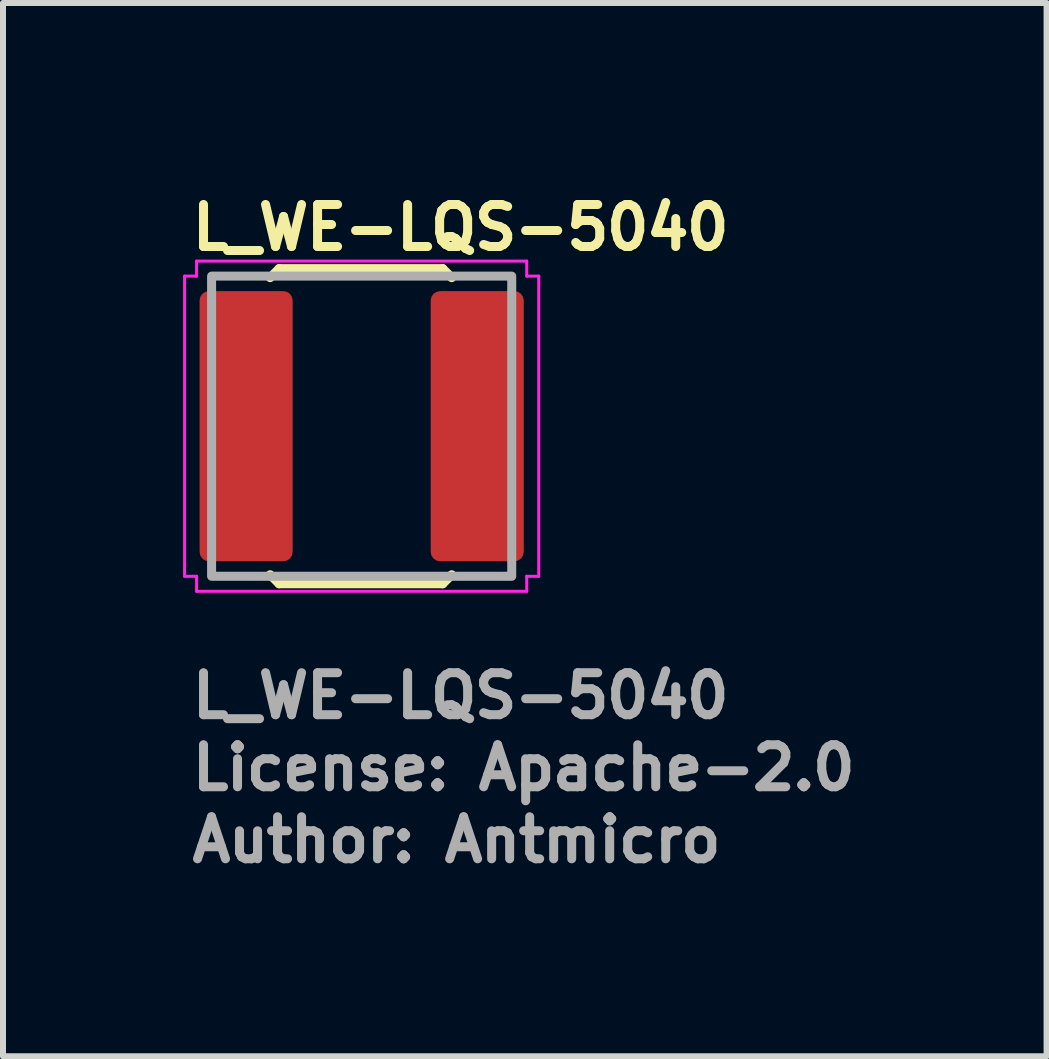
<source format=kicad_pcb>
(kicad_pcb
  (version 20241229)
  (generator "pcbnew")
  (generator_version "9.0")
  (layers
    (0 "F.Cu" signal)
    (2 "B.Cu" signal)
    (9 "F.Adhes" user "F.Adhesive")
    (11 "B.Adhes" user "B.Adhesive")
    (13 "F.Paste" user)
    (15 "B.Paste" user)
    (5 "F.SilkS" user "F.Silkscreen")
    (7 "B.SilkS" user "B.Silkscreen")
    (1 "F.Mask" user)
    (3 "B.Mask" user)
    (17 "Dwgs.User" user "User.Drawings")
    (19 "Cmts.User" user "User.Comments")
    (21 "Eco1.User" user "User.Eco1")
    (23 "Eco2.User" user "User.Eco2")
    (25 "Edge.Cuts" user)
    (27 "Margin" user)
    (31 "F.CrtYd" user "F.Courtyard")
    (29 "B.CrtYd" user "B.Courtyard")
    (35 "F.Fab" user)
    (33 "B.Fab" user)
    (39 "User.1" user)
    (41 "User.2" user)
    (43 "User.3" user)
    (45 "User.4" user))
  (footprint "L_WE-LQS-5040"
    (layer "F.Cu")
    (at 2.975 4.05)
    (property "Reference" "L_WE-LQS-5040" (at -2.9 -2.9 0) (layer "F.SilkS") (effects (font (size 0.7 0.7) (thickness 0.15)) (justify left bottom)))
    (attr smd)
    (fp_line (start -1.525 -2.475) (end -1.375 -2.625) (stroke (width 0.15) (type solid)) (layer "F.SilkS"))
    (fp_line (start -1.375 -2.625) (end 1.35 -2.625) (stroke (width 0.15) (type solid)) (layer "F.SilkS"))
    (fp_line (start -1.375 2.625) (end -1.525 2.475) (stroke (width 0.15) (type solid)) (layer "F.SilkS"))
    (fp_line (start 1.35 -2.625) (end 1.5 -2.475) (stroke (width 0.15) (type solid)) (layer "F.SilkS"))
    (fp_line (start 1.35 2.625) (end -1.375 2.625) (stroke (width 0.15) (type solid)) (layer "F.SilkS"))
    (fp_line (start 1.5 2.475) (end 1.35 2.625) (stroke (width 0.15) (type solid)) (layer "F.SilkS"))
    (fp_line (start -2.95 -2.5) (end -2.95 2.5) (stroke (width 0.05) (type solid)) (layer "F.CrtYd"))
    (fp_line (start -2.95 2.5) (end -2.75 2.5) (stroke (width 0.05) (type solid)) (layer "F.CrtYd"))
    (fp_line (start -2.75 -2.75) (end -2.75 -2.5) (stroke (width 0.05) (type solid)) (layer "F.CrtYd"))
    (fp_line (start -2.75 -2.5) (end -2.95 -2.5) (stroke (width 0.05) (type solid)) (layer "F.CrtYd"))
    (fp_line (start -2.75 2.5) (end -2.75 2.75) (stroke (width 0.05) (type solid)) (layer "F.CrtYd"))
    (fp_line (start -2.75 2.75) (end 2.75 2.75) (stroke (width 0.05) (type solid)) (layer "F.CrtYd"))
    (fp_line (start 2.75 -2.75) (end -2.75 -2.75) (stroke (width 0.05) (type solid)) (layer "F.CrtYd"))
    (fp_line (start 2.75 -2.5) (end 2.75 -2.75) (stroke (width 0.05) (type solid)) (layer "F.CrtYd"))
    (fp_line (start 2.75 2.5) (end 2.95 2.5) (stroke (width 0.05) (type solid)) (layer "F.CrtYd"))
    (fp_line (start 2.75 2.75) (end 2.75 2.5) (stroke (width 0.05) (type solid)) (layer "F.CrtYd"))
    (fp_line (start 2.95 -2.5) (end 2.75 -2.5) (stroke (width 0.05) (type solid)) (layer "F.CrtYd"))
    (fp_line (start 2.95 2.5) (end 2.95 -2.5) (stroke (width 0.05) (type solid)) (layer "F.CrtYd"))
    (fp_rect (start -2.5 -2.5) (end 2.5 2.5) (stroke (width 0.15) (type solid)) (fill no) (layer "F.Fab"))
    (fp_rect (start -2.5 -2.5) (end 2.5 2.5) (stroke (width 0.1) (type solid)) (fill no) (layer "User.5"))
    (fp_line (start -2.5 -2.1) (end -2.5 2.1) (stroke (width 0.02) (type solid)) (layer "User.9"))
    (fp_line (start -2.5 2.1) (end -2.296 2.1) (stroke (width 0.02) (type solid)) (layer "User.9"))
    (fp_line (start -2.499 0) (end -2.497 0.107) (stroke (width 0.02) (type solid)) (layer "User.9"))
    (fp_line (start -2.497 -0.107) (end -2.499 0) (stroke (width 0.02) (type solid)) (layer "User.9"))
    (fp_line (start -2.497 0.107) (end -2.49 0.215) (stroke (width 0.02) (type solid)) (layer "User.9"))
    (fp_line (start -2.49 -0.215) (end -2.497 -0.107) (stroke (width 0.02) (type solid)) (layer "User.9"))
    (fp_line (start -2.49 0.215) (end -2.478 0.322) (stroke (width 0.02) (type solid)) (layer "User.9"))
    (fp_line (start -2.478 -0.322) (end -2.49 -0.215) (stroke (width 0.02) (type solid)) (layer "User.9"))
    (fp_line (start -2.478 0.322) (end -2.462 0.429) (stroke (width 0.02) (type solid)) (layer "User.9"))
    (fp_line (start -2.462 -0.429) (end -2.478 -0.322) (stroke (width 0.02) (type solid)) (layer "User.9"))
    (fp_line (start -2.462 0.429) (end -2.441 0.535) (stroke (width 0.02) (type solid)) (layer "User.9"))
    (fp_line (start -2.441 -0.535) (end -2.462 -0.429) (stroke (width 0.02) (type solid)) (layer "User.9"))
    (fp_line (start -2.441 0.535) (end -2.415 0.64) (stroke (width 0.02) (type solid)) (layer "User.9"))
    (fp_line (start -2.415 -0.64) (end -2.441 -0.535) (stroke (width 0.02) (type solid)) (layer "User.9"))
    (fp_line (start -2.415 0.64) (end -2.385 0.743) (stroke (width 0.02) (type solid)) (layer "User.9"))
    (fp_line (start -2.385 -0.743) (end -2.415 -0.64) (stroke (width 0.02) (type solid)) (layer "User.9"))
    (fp_line (start -2.385 0.743) (end -2.35 0.845) (stroke (width 0.02) (type solid)) (layer "User.9"))
    (fp_line (start -2.35 -1.45) (end -2.35 1.45) (stroke (width 0.02) (type solid)) (layer "User.9"))
    (fp_line (start -2.35 -0.845) (end -2.385 -0.743) (stroke (width 0.02) (type solid)) (layer "User.9"))
    (fp_line (start -2.35 1.45) (end -1.3 2.5) (stroke (width 0.02) (type solid)) (layer "User.9"))
    (fp_line (start -2.296 2.1) (end -2.259 2) (stroke (width 0.02) (type solid)) (layer "User.9"))
    (fp_line (start -2.259 2) (end -2.25 2) (stroke (width 0.02) (type solid)) (layer "User.9"))
    (fp_line (start -2.25 1.899) (end -2.25 2) (stroke (width 0.02) (type solid)) (layer "User.9"))
    (fp_line (start -2.25 2) (end -2.25 2.05) (stroke (width 0.02) (type solid)) (layer "User.9"))
    (fp_line (start -2.249 2.05) (end -2.25 2.05) (stroke (width 0.02) (type solid)) (layer "User.9"))
    (fp_line (start -2.249 2.051) (end -2.25 2.05) (stroke (width 0.02) (type solid)) (layer "User.9"))
    (fp_line (start -2.249 2.051) (end -2.249 2.05) (stroke (width 0.02) (type solid)) (layer "User.9"))
    (fp_line (start -2.249 2.052) (end -2.249 2.05) (stroke (width 0.02) (type solid)) (layer "User.9"))
    (fp_line (start -2.249 2.053) (end -2.249 2.051) (stroke (width 0.02) (type solid)) (layer "User.9"))
    (fp_line (start -2.248 2.053) (end -2.249 2.051) (stroke (width 0.02) (type solid)) (layer "User.9"))
    (fp_line (start -2.248 2.054) (end -2.249 2.053) (stroke (width 0.02) (type solid)) (layer "User.9"))
    (fp_line (start -2.248 2.055) (end -2.249 2.052) (stroke (width 0.02) (type solid)) (layer "User.9"))
    (fp_line (start -2.247 2.054) (end -2.248 2.053) (stroke (width 0.02) (type solid)) (layer "User.9"))
    (fp_line (start -2.247 2.055) (end -2.248 2.054) (stroke (width 0.02) (type solid)) (layer "User.9"))
    (fp_line (start -2.247 2.056) (end -2.247 2.054) (stroke (width 0.02) (type solid)) (layer "User.9"))
    (fp_line (start -2.246 2.057) (end -2.247 2.055) (stroke (width 0.02) (type solid)) (layer "User.9"))
    (fp_line (start -2.246 2.057) (end -2.247 2.056) (stroke (width 0.02) (type solid)) (layer "User.9"))
    (fp_line (start -2.245 2.058) (end -2.246 2.057) (stroke (width 0.02) (type solid)) (layer "User.9"))
    (fp_line (start -2.245 2.059) (end -2.246 2.057) (stroke (width 0.02) (type solid)) (layer "User.9"))
    (fp_line (start -2.244 2.059) (end -2.248 2.055) (stroke (width 0.02) (type solid)) (layer "User.9"))
    (fp_line (start -2.244 2.06) (end -2.245 2.059) (stroke (width 0.02) (type solid)) (layer "User.9"))
    (fp_line (start -2.242 2.061) (end -2.245 2.058) (stroke (width 0.02) (type solid)) (layer "User.9"))
    (fp_line (start -2.242 2.061) (end -2.244 2.06) (stroke (width 0.02) (type solid)) (layer "User.9"))
    (fp_line (start -2.241 2.062) (end -2.242 2.061) (stroke (width 0.02) (type solid)) (layer "User.9"))
    (fp_line (start -2.24 2.063) (end -2.241 2.062) (stroke (width 0.02) (type solid)) (layer "User.9"))
    (fp_line (start -2.238 2.063) (end -2.242 2.061) (stroke (width 0.02) (type solid)) (layer "User.9"))
    (fp_line (start -2.238 2.064) (end -2.24 2.063) (stroke (width 0.02) (type solid)) (layer "User.9"))
    (fp_line (start -2.237 2.064) (end -2.244 2.059) (stroke (width 0.02) (type solid)) (layer "User.9"))
    (fp_line (start -2.237 2.065) (end -2.238 2.064) (stroke (width 0.02) (type solid)) (layer "User.9"))
    (fp_line (start -2.235 2.066) (end -2.237 2.065) (stroke (width 0.02) (type solid)) (layer "User.9"))
    (fp_line (start -2.234 2.065) (end -2.238 2.063) (stroke (width 0.02) (type solid)) (layer "User.9"))
    (fp_line (start -2.233 2.066) (end -2.235 2.066) (stroke (width 0.02) (type solid)) (layer "User.9"))
    (fp_line (start -2.232 1.567) (end -2.25 1.899) (stroke (width 0.02) (type solid)) (layer "User.9"))
    (fp_line (start -2.232 2.067) (end -2.233 2.066) (stroke (width 0.02) (type solid)) (layer "User.9"))
    (fp_line (start -2.23 2.068) (end -2.234 2.065) (stroke (width 0.02) (type solid)) (layer "User.9"))
    (fp_line (start -2.23 2.068) (end -2.232 2.067) (stroke (width 0.02) (type solid)) (layer "User.9"))
    (fp_line (start -2.228 2.068) (end -2.237 2.064) (stroke (width 0.02) (type solid)) (layer "User.9"))
    (fp_line (start -2.225 2.07) (end -2.23 2.068) (stroke (width 0.02) (type solid)) (layer "User.9"))
    (fp_line (start -2.219 2.072) (end -2.225 2.07) (stroke (width 0.02) (type solid)) (layer "User.9"))
    (fp_line (start -2.217 2.072) (end -2.228 2.068) (stroke (width 0.02) (type solid)) (layer "User.9"))
    (fp_line (start -2.213 2.074) (end -2.219 2.072) (stroke (width 0.02) (type solid)) (layer "User.9"))
    (fp_line (start -2.207 2.076) (end -2.213 2.074) (stroke (width 0.02) (type solid)) (layer "User.9"))
    (fp_line (start -2.204 2.076) (end -2.217 2.072) (stroke (width 0.02) (type solid)) (layer "User.9"))
    (fp_line (start -2.201 2.077) (end -2.207 2.076) (stroke (width 0.02) (type solid)) (layer "User.9"))
    (fp_line (start -2.19 2.08) (end -2.204 2.076) (stroke (width 0.02) (type solid)) (layer "User.9"))
    (fp_line (start -2.188 2.081) (end -2.201 2.077) (stroke (width 0.02) (type solid)) (layer "User.9"))
    (fp_line (start -2.174 2.083) (end -2.188 2.081) (stroke (width 0.02) (type solid)) (layer "User.9"))
    (fp_line (start -2.174 2.083) (end -2.174 2.083) (stroke (width 0.02) (type solid)) (layer "User.9"))
    (fp_line (start -2.173 2.084) (end -2.19 2.08) (stroke (width 0.02) (type solid)) (layer "User.9"))
    (fp_line (start -2.155 2.087) (end -2.173 2.084) (stroke (width 0.02) (type solid)) (layer "User.9"))
    (fp_line (start -2.154 2.087) (end -2.174 2.083) (stroke (width 0.02) (type solid)) (layer "User.9"))
    (fp_line (start -2.136 2.09) (end -2.155 2.087) (stroke (width 0.02) (type solid)) (layer "User.9"))
    (fp_line (start -2.133 2.09) (end -2.154 2.087) (stroke (width 0.02) (type solid)) (layer "User.9"))
    (fp_line (start -2.115 2.092) (end -2.136 2.09) (stroke (width 0.02) (type solid)) (layer "User.9"))
    (fp_line (start -2.112 2.093) (end -2.133 2.09) (stroke (width 0.02) (type solid)) (layer "User.9"))
    (fp_line (start -2.093 2.094) (end -2.115 2.092) (stroke (width 0.02) (type solid)) (layer "User.9"))
    (fp_line (start -2.09 2.095) (end -2.112 2.093) (stroke (width 0.02) (type solid)) (layer "User.9"))
    (fp_line (start -2.069 2.096) (end -2.09 2.095) (stroke (width 0.02) (type solid)) (layer "User.9"))
    (fp_line (start -2.048 2.097) (end -2.093 2.094) (stroke (width 0.02) (type solid)) (layer "User.9"))
    (fp_line (start -2.046 2.097) (end -2.069 2.096) (stroke (width 0.02) (type solid)) (layer "User.9"))
    (fp_line (start -2.024 2.098) (end -2.048 2.097) (stroke (width 0.02) (type solid)) (layer "User.9"))
    (fp_line (start -2.024 2.098) (end -2.046 2.097) (stroke (width 0.02) (type solid)) (layer "User.9"))
    (fp_line (start -2 1.899) (end -2.25 1.899) (stroke (width 0.02) (type solid)) (layer "User.9"))
    (fp_line (start -2 1.899) (end -2 1.899) (stroke (width 0.02) (type solid)) (layer "User.9"))
    (fp_line (start -2 2) (end -2.25 2) (stroke (width 0.02) (type solid)) (layer "User.9"))
    (fp_line (start -2 2) (end -2 2) (stroke (width 0.02) (type solid)) (layer "User.9"))
    (fp_line (start -2 2.098) (end -2.024 2.098) (stroke (width 0.02) (type solid)) (layer "User.9"))
    (fp_line (start -2 2.098) (end -2.024 2.098) (stroke (width 0.02) (type solid)) (layer "User.9"))
    (fp_line (start -2 2.098) (end -2 2.098) (stroke (width 0.02) (type solid)) (layer "User.9"))
    (fp_line (start -2 2.098) (end -2 2.098) (stroke (width 0.02) (type solid)) (layer "User.9"))
    (fp_line (start -1.98 2.098) (end -2 2.098) (stroke (width 0.02) (type solid)) (layer "User.9"))
    (fp_line (start -1.975 2.098) (end -2 2.098) (stroke (width 0.02) (type solid)) (layer "User.9"))
    (fp_line (start -1.959 2.098) (end -1.98 2.098) (stroke (width 0.02) (type solid)) (layer "User.9"))
    (fp_line (start -1.951 2.097) (end -1.975 2.098) (stroke (width 0.02) (type solid)) (layer "User.9"))
    (fp_line (start -1.938 2.097) (end -1.959 2.098) (stroke (width 0.02) (type solid)) (layer "User.9"))
    (fp_line (start -1.928 2.096) (end -1.951 2.097) (stroke (width 0.02) (type solid)) (layer "User.9"))
    (fp_line (start -1.917 2.095) (end -1.938 2.097) (stroke (width 0.02) (type solid)) (layer "User.9"))
    (fp_line (start -1.906 2.094) (end -1.928 2.096) (stroke (width 0.02) (type solid)) (layer "User.9"))
    (fp_line (start -1.899 1.899) (end -2 1.899) (stroke (width 0.02) (type solid)) (layer "User.9"))
    (fp_line (start -1.897 2.094) (end -1.917 2.095) (stroke (width 0.02) (type solid)) (layer "User.9"))
    (fp_line (start -1.884 2.092) (end -1.906 2.094) (stroke (width 0.02) (type solid)) (layer "User.9"))
    (fp_line (start -1.877 2.091) (end -1.897 2.094) (stroke (width 0.02) (type solid)) (layer "User.9"))
    (fp_line (start -1.863 2.09) (end -1.884 2.092) (stroke (width 0.02) (type solid)) (layer "User.9"))
    (fp_line (start -1.857 2.089) (end -1.877 2.091) (stroke (width 0.02) (type solid)) (layer "User.9"))
    (fp_line (start -1.844 2.087) (end -1.863 2.09) (stroke (width 0.02) (type solid)) (layer "User.9"))
    (fp_line (start -1.838 2.086) (end -1.857 2.089) (stroke (width 0.02) (type solid)) (layer "User.9"))
    (fp_line (start -1.838 2.086) (end -1.838 2.086) (stroke (width 0.02) (type solid)) (layer "User.9"))
    (fp_line (start -1.83 2.084) (end -1.838 2.086) (stroke (width 0.02) (type solid)) (layer "User.9"))
    (fp_line (start -1.826 2.084) (end -1.844 2.087) (stroke (width 0.02) (type solid)) (layer "User.9"))
    (fp_line (start -1.823 2.083) (end -1.83 2.084) (stroke (width 0.02) (type solid)) (layer "User.9"))
    (fp_line (start -1.815 2.081) (end -1.823 2.083) (stroke (width 0.02) (type solid)) (layer "User.9"))
    (fp_line (start -1.809 2.08) (end -1.826 2.084) (stroke (width 0.02) (type solid)) (layer "User.9"))
    (fp_line (start -1.807 2.08) (end -1.815 2.081) (stroke (width 0.02) (type solid)) (layer "User.9"))
    (fp_line (start -1.8 2) (end -2 2) (stroke (width 0.02) (type solid)) (layer "User.9"))
    (fp_line (start -1.8 2.078) (end -1.807 2.08) (stroke (width 0.02) (type solid)) (layer "User.9"))
    (fp_line (start -1.795 2.076) (end -1.809 2.08) (stroke (width 0.02) (type solid)) (layer "User.9"))
    (fp_line (start -1.793 2.076) (end -1.8 2.078) (stroke (width 0.02) (type solid)) (layer "User.9"))
    (fp_line (start -1.786 2.074) (end -1.793 2.076) (stroke (width 0.02) (type solid)) (layer "User.9"))
    (fp_line (start -1.782 2.072) (end -1.795 2.076) (stroke (width 0.02) (type solid)) (layer "User.9"))
    (fp_line (start -1.779 2.072) (end -1.786 2.074) (stroke (width 0.02) (type solid)) (layer "User.9"))
    (fp_line (start -1.773 2.069) (end -1.779 2.072) (stroke (width 0.02) (type solid)) (layer "User.9"))
    (fp_line (start -1.771 2.068) (end -1.782 2.072) (stroke (width 0.02) (type solid)) (layer "User.9"))
    (fp_line (start -1.768 2.067) (end -1.773 2.069) (stroke (width 0.02) (type solid)) (layer "User.9"))
    (fp_line (start -1.766 2.066) (end -1.771 2.068) (stroke (width 0.02) (type solid)) (layer "User.9"))
    (fp_line (start -1.766 2.066) (end -1.768 2.067) (stroke (width 0.02) (type solid)) (layer "User.9"))
    (fp_line (start -1.765 2.066) (end -1.768 2.067) (stroke (width 0.02) (type solid)) (layer "User.9"))
    (fp_line (start -1.765 2.066) (end -1.766 2.066) (stroke (width 0.02) (type solid)) (layer "User.9"))
    (fp_line (start -1.763 2.064) (end -1.765 2.066) (stroke (width 0.02) (type solid)) (layer "User.9"))
    (fp_line (start -1.763 2.065) (end -1.765 2.066) (stroke (width 0.02) (type solid)) (layer "User.9"))
    (fp_line (start -1.762 2.064) (end -1.766 2.066) (stroke (width 0.02) (type solid)) (layer "User.9"))
    (fp_line (start -1.761 2.063) (end -1.763 2.064) (stroke (width 0.02) (type solid)) (layer "User.9"))
    (fp_line (start -1.761 2.064) (end -1.763 2.065) (stroke (width 0.02) (type solid)) (layer "User.9"))
    (fp_line (start -1.76 2.064) (end -1.761 2.064) (stroke (width 0.02) (type solid)) (layer "User.9"))
    (fp_line (start -1.759 2.062) (end -1.761 2.063) (stroke (width 0.02) (type solid)) (layer "User.9"))
    (fp_line (start -1.759 2.063) (end -1.76 2.064) (stroke (width 0.02) (type solid)) (layer "User.9"))
    (fp_line (start -1.758 2.061) (end -1.762 2.064) (stroke (width 0.02) (type solid)) (layer "User.9"))
    (fp_line (start -1.757 2.06) (end -1.759 2.062) (stroke (width 0.02) (type solid)) (layer "User.9"))
    (fp_line (start -1.757 2.062) (end -1.759 2.063) (stroke (width 0.02) (type solid)) (layer "User.9"))
    (fp_line (start -1.756 2.061) (end -1.757 2.062) (stroke (width 0.02) (type solid)) (layer "User.9"))
    (fp_line (start -1.755 2.059) (end -1.758 2.061) (stroke (width 0.02) (type solid)) (layer "User.9"))
    (fp_line (start -1.755 2.059) (end -1.757 2.06) (stroke (width 0.02) (type solid)) (layer "User.9"))
    (fp_line (start -1.755 2.06) (end -1.756 2.061) (stroke (width 0.02) (type solid)) (layer "User.9"))
    (fp_line (start -1.754 2.057) (end -1.755 2.059) (stroke (width 0.02) (type solid)) (layer "User.9"))
    (fp_line (start -1.754 2.058) (end -1.755 2.06) (stroke (width 0.02) (type solid)) (layer "User.9"))
    (fp_line (start -1.753 2.057) (end -1.755 2.059) (stroke (width 0.02) (type solid)) (layer "User.9"))
    (fp_line (start -1.753 2.057) (end -1.754 2.058) (stroke (width 0.02) (type solid)) (layer "User.9"))
    (fp_line (start -1.752 2.056) (end -1.754 2.057) (stroke (width 0.02) (type solid)) (layer "User.9"))
    (fp_line (start -1.752 2.056) (end -1.753 2.057) (stroke (width 0.02) (type solid)) (layer "User.9"))
    (fp_line (start -1.751 2.053) (end -1.751 2.054) (stroke (width 0.02) (type solid)) (layer "User.9"))
    (fp_line (start -1.751 2.054) (end -1.752 2.056) (stroke (width 0.02) (type solid)) (layer "User.9"))
    (fp_line (start -1.751 2.055) (end -1.753 2.057) (stroke (width 0.02) (type solid)) (layer "User.9"))
    (fp_line (start -1.751 2.055) (end -1.752 2.056) (stroke (width 0.02) (type solid)) (layer "User.9"))
    (fp_line (start -1.75 2.05) (end -1.75 2.05) (stroke (width 0.02) (type solid)) (layer "User.9"))
    (fp_line (start -1.75 2.05) (end -1.75 2.051) (stroke (width 0.02) (type solid)) (layer "User.9"))
    (fp_line (start -1.75 2.05) (end -1.75 2.051) (stroke (width 0.02) (type solid)) (layer "User.9"))
    (fp_line (start -1.75 2.05) (end -1.75 2.052) (stroke (width 0.02) (type solid)) (layer "User.9"))
    (fp_line (start -1.75 2.051) (end -1.751 2.053) (stroke (width 0.02) (type solid)) (layer "User.9"))
    (fp_line (start -1.75 2.051) (end -1.75 2.053) (stroke (width 0.02) (type solid)) (layer "User.9"))
    (fp_line (start -1.75 2.052) (end -1.751 2.055) (stroke (width 0.02) (type solid)) (layer "User.9"))
    (fp_line (start -1.75 2.053) (end -1.751 2.055) (stroke (width 0.02) (type solid)) (layer "User.9"))
    (fp_line (start -1.705 2.094) (end -1.703 2.1) (stroke (width 0.02) (type solid)) (layer "User.9"))
    (fp_line (start -1.703 2.1) (end -1.7 2.1) (stroke (width 0.02) (type solid)) (layer "User.9"))
    (fp_line (start -1.7 -2.1) (end -2.5 -2.1) (stroke (width 0.02) (type solid)) (layer "User.9"))
    (fp_line (start -1.3 -2.5) (end -2.35 -1.45) (stroke (width 0.02) (type solid)) (layer "User.9"))
    (fp_line (start -1.3 2.5) (end 1.3 2.5) (stroke (width 0.02) (type solid)) (layer "User.9"))
    (fp_line (start 1.118 1.134) (end 1.618 1.134) (stroke (width 0.02) (type solid)) (layer "User.9"))
    (fp_line (start 1.118 1.634) (end 1.118 1.134) (stroke (width 0.02) (type solid)) (layer "User.9"))
    (fp_line (start 1.3 -2.5) (end -1.3 -2.5) (stroke (width 0.02) (type solid)) (layer "User.9"))
    (fp_line (start 1.3 2.5) (end 2.35 1.45) (stroke (width 0.02) (type solid)) (layer "User.9"))
    (fp_line (start 1.618 1.134) (end 1.618 1.634) (stroke (width 0.02) (type solid)) (layer "User.9"))
    (fp_line (start 1.618 1.634) (end 1.118 1.634) (stroke (width 0.02) (type solid)) (layer "User.9"))
    (fp_line (start 1.7 2.1) (end 1.703 2.1) (stroke (width 0.02) (type solid)) (layer "User.9"))
    (fp_line (start 1.705 2.094) (end 1.703 2.1) (stroke (width 0.02) (type solid)) (layer "User.9"))
    (fp_line (start 1.75 2.05) (end 1.75 2.05) (stroke (width 0.02) (type solid)) (layer "User.9"))
    (fp_line (start 1.75 2.051) (end 1.75 2.05) (stroke (width 0.02) (type solid)) (layer "User.9"))
    (fp_line (start 1.75 2.052) (end 1.75 2.05) (stroke (width 0.02) (type solid)) (layer "User.9"))
    (fp_line (start 1.75 2.053) (end 1.75 2.051) (stroke (width 0.02) (type solid)) (layer "User.9"))
    (fp_line (start 1.751 2.054) (end 1.75 2.052) (stroke (width 0.02) (type solid)) (layer "User.9"))
    (fp_line (start 1.751 2.054) (end 1.75 2.053) (stroke (width 0.02) (type solid)) (layer "User.9"))
    (fp_line (start 1.752 2.055) (end 1.751 2.054) (stroke (width 0.02) (type solid)) (layer "User.9"))
    (fp_line (start 1.752 2.055) (end 1.751 2.054) (stroke (width 0.02) (type solid)) (layer "User.9"))
    (fp_line (start 1.752 2.056) (end 1.752 2.055) (stroke (width 0.02) (type solid)) (layer "User.9"))
    (fp_line (start 1.753 2.057) (end 1.752 2.055) (stroke (width 0.02) (type solid)) (layer "User.9"))
    (fp_line (start 1.753 2.057) (end 1.752 2.056) (stroke (width 0.02) (type solid)) (layer "User.9"))
    (fp_line (start 1.754 2.058) (end 1.753 2.057) (stroke (width 0.02) (type solid)) (layer "User.9"))
    (fp_line (start 1.754 2.058) (end 1.753 2.057) (stroke (width 0.02) (type solid)) (layer "User.9"))
    (fp_line (start 1.754 2.059) (end 1.754 2.058) (stroke (width 0.02) (type solid)) (layer "User.9"))
    (fp_line (start 1.755 2.059) (end 1.751 2.054) (stroke (width 0.02) (type solid)) (layer "User.9"))
    (fp_line (start 1.755 2.059) (end 1.754 2.059) (stroke (width 0.02) (type solid)) (layer "User.9"))
    (fp_line (start 1.756 2.06) (end 1.755 2.059) (stroke (width 0.02) (type solid)) (layer "User.9"))
    (fp_line (start 1.757 2.06) (end 1.754 2.058) (stroke (width 0.02) (type solid)) (layer "User.9"))
    (fp_line (start 1.757 2.061) (end 1.756 2.06) (stroke (width 0.02) (type solid)) (layer "User.9"))
    (fp_line (start 1.757 2.061) (end 1.757 2.061) (stroke (width 0.02) (type solid)) (layer "User.9"))
    (fp_line (start 1.758 2.062) (end 1.757 2.061) (stroke (width 0.02) (type solid)) (layer "User.9"))
    (fp_line (start 1.759 2.062) (end 1.758 2.062) (stroke (width 0.02) (type solid)) (layer "User.9"))
    (fp_line (start 1.76 2.063) (end 1.759 2.062) (stroke (width 0.02) (type solid)) (layer "User.9"))
    (fp_line (start 1.761 2.063) (end 1.757 2.06) (stroke (width 0.02) (type solid)) (layer "User.9"))
    (fp_line (start 1.761 2.063) (end 1.76 2.063) (stroke (width 0.02) (type solid)) (layer "User.9"))
    (fp_line (start 1.762 2.064) (end 1.755 2.059) (stroke (width 0.02) (type solid)) (layer "User.9"))
    (fp_line (start 1.762 2.064) (end 1.761 2.063) (stroke (width 0.02) (type solid)) (layer "User.9"))
    (fp_line (start 1.763 2.064) (end 1.762 2.064) (stroke (width 0.02) (type solid)) (layer "User.9"))
    (fp_line (start 1.764 2.065) (end 1.763 2.064) (stroke (width 0.02) (type solid)) (layer "User.9"))
    (fp_line (start 1.765 2.065) (end 1.761 2.063) (stroke (width 0.02) (type solid)) (layer "User.9"))
    (fp_line (start 1.769 2.067) (end 1.765 2.065) (stroke (width 0.02) (type solid)) (layer "User.9"))
    (fp_line (start 1.771 2.068) (end 1.762 2.064) (stroke (width 0.02) (type solid)) (layer "User.9"))
    (fp_line (start 1.774 2.07) (end 1.769 2.067) (stroke (width 0.02) (type solid)) (layer "User.9"))
    (fp_line (start 1.78 2.072) (end 1.774 2.07) (stroke (width 0.02) (type solid)) (layer "User.9"))
    (fp_line (start 1.782 2.072) (end 1.771 2.068) (stroke (width 0.02) (type solid)) (layer "User.9"))
    (fp_line (start 1.786 2.074) (end 1.78 2.072) (stroke (width 0.02) (type solid)) (layer "User.9"))
    (fp_line (start 1.792 2.075) (end 1.786 2.074) (stroke (width 0.02) (type solid)) (layer "User.9"))
    (fp_line (start 1.795 2.076) (end 1.782 2.072) (stroke (width 0.02) (type solid)) (layer "User.9"))
    (fp_line (start 1.798 2.077) (end 1.792 2.075) (stroke (width 0.02) (type solid)) (layer "User.9"))
    (fp_line (start 1.809 2.08) (end 1.795 2.076) (stroke (width 0.02) (type solid)) (layer "User.9"))
    (fp_line (start 1.812 2.08) (end 1.798 2.077) (stroke (width 0.02) (type solid)) (layer "User.9"))
    (fp_line (start 1.825 2.083) (end 1.812 2.08) (stroke (width 0.02) (type solid)) (layer "User.9"))
    (fp_line (start 1.825 2.083) (end 1.825 2.083) (stroke (width 0.02) (type solid)) (layer "User.9"))
    (fp_line (start 1.826 2.083) (end 1.809 2.08) (stroke (width 0.02) (type solid)) (layer "User.9"))
    (fp_line (start 1.844 2.087) (end 1.826 2.083) (stroke (width 0.02) (type solid)) (layer "User.9"))
    (fp_line (start 1.846 2.087) (end 1.825 2.083) (stroke (width 0.02) (type solid)) (layer "User.9"))
    (fp_line (start 1.863 2.089) (end 1.844 2.087) (stroke (width 0.02) (type solid)) (layer "User.9"))
    (fp_line (start 1.867 2.09) (end 1.846 2.087) (stroke (width 0.02) (type solid)) (layer "User.9"))
    (fp_line (start 1.884 2.092) (end 1.863 2.089) (stroke (width 0.02) (type solid)) (layer "User.9"))
    (fp_line (start 1.888 2.092) (end 1.867 2.09) (stroke (width 0.02) (type solid)) (layer "User.9"))
    (fp_line (start 1.906 2.094) (end 1.884 2.092) (stroke (width 0.02) (type solid)) (layer "User.9"))
    (fp_line (start 1.909 2.094) (end 1.888 2.092) (stroke (width 0.02) (type solid)) (layer "User.9"))
    (fp_line (start 1.931 2.096) (end 1.909 2.094) (stroke (width 0.02) (type solid)) (layer "User.9"))
    (fp_line (start 1.951 2.097) (end 1.906 2.094) (stroke (width 0.02) (type solid)) (layer "User.9"))
    (fp_line (start 1.953 2.097) (end 1.931 2.096) (stroke (width 0.02) (type solid)) (layer "User.9"))
    (fp_line (start 1.975 2.098) (end 1.951 2.097) (stroke (width 0.02) (type solid)) (layer "User.9"))
    (fp_line (start 1.975 2.098) (end 1.953 2.097) (stroke (width 0.02) (type solid)) (layer "User.9"))
    (fp_line (start 1.998 2.098) (end 1.975 2.098) (stroke (width 0.02) (type solid)) (layer "User.9"))
    (fp_line (start 1.998 2.098) (end 1.998 2.098) (stroke (width 0.02) (type solid)) (layer "User.9"))
    (fp_line (start 2 1.899) (end 1.899 1.899) (stroke (width 0.02) (type solid)) (layer "User.9"))
    (fp_line (start 2 1.899) (end 2 1.899) (stroke (width 0.02) (type solid)) (layer "User.9"))
    (fp_line (start 2 2) (end 1.8 2) (stroke (width 0.02) (type solid)) (layer "User.9"))
    (fp_line (start 2 2) (end 2 2) (stroke (width 0.02) (type solid)) (layer "User.9"))
    (fp_line (start 2 2.098) (end 1.975 2.098) (stroke (width 0.02) (type solid)) (layer "User.9"))
    (fp_line (start 2 2.098) (end 2 2.098) (stroke (width 0.02) (type solid)) (layer "User.9"))
    (fp_line (start 2.02 2.098) (end 1.998 2.098) (stroke (width 0.02) (type solid)) (layer "User.9"))
    (fp_line (start 2.024 2.098) (end 2 2.098) (stroke (width 0.02) (type solid)) (layer "User.9"))
    (fp_line (start 2.04 2.097) (end 2.02 2.098) (stroke (width 0.02) (type solid)) (layer "User.9"))
    (fp_line (start 2.048 2.097) (end 2.024 2.098) (stroke (width 0.02) (type solid)) (layer "User.9"))
    (fp_line (start 2.061 2.096) (end 2.04 2.097) (stroke (width 0.02) (type solid)) (layer "User.9"))
    (fp_line (start 2.071 2.096) (end 2.048 2.097) (stroke (width 0.02) (type solid)) (layer "User.9"))
    (fp_line (start 2.082 2.095) (end 2.061 2.096) (stroke (width 0.02) (type solid)) (layer "User.9"))
    (fp_line (start 2.093 2.094) (end 2.071 2.096) (stroke (width 0.02) (type solid)) (layer "User.9"))
    (fp_line (start 2.102 2.093) (end 2.082 2.095) (stroke (width 0.02) (type solid)) (layer "User.9"))
    (fp_line (start 2.115 2.092) (end 2.093 2.094) (stroke (width 0.02) (type solid)) (layer "User.9"))
    (fp_line (start 2.122 2.091) (end 2.102 2.093) (stroke (width 0.02) (type solid)) (layer "User.9"))
    (fp_line (start 2.136 2.089) (end 2.115 2.092) (stroke (width 0.02) (type solid)) (layer "User.9"))
    (fp_line (start 2.142 2.088) (end 2.122 2.091) (stroke (width 0.02) (type solid)) (layer "User.9"))
    (fp_line (start 2.155 2.087) (end 2.136 2.089) (stroke (width 0.02) (type solid)) (layer "User.9"))
    (fp_line (start 2.161 2.086) (end 2.142 2.088) (stroke (width 0.02) (type solid)) (layer "User.9"))
    (fp_line (start 2.161 2.086) (end 2.161 2.086) (stroke (width 0.02) (type solid)) (layer "User.9"))
    (fp_line (start 2.169 2.084) (end 2.161 2.086) (stroke (width 0.02) (type solid)) (layer "User.9"))
    (fp_line (start 2.173 2.083) (end 2.155 2.087) (stroke (width 0.02) (type solid)) (layer "User.9"))
    (fp_line (start 2.177 2.083) (end 2.169 2.084) (stroke (width 0.02) (type solid)) (layer "User.9"))
    (fp_line (start 2.184 2.081) (end 2.177 2.083) (stroke (width 0.02) (type solid)) (layer "User.9"))
    (fp_line (start 2.19 2.08) (end 2.173 2.083) (stroke (width 0.02) (type solid)) (layer "User.9"))
    (fp_line (start 2.192 2.079) (end 2.184 2.081) (stroke (width 0.02) (type solid)) (layer "User.9"))
    (fp_line (start 2.199 2.077) (end 2.192 2.079) (stroke (width 0.02) (type solid)) (layer "User.9"))
    (fp_line (start 2.204 2.076) (end 2.19 2.08) (stroke (width 0.02) (type solid)) (layer "User.9"))
    (fp_line (start 2.207 2.076) (end 2.199 2.077) (stroke (width 0.02) (type solid)) (layer "User.9"))
    (fp_line (start 2.213 2.074) (end 2.207 2.076) (stroke (width 0.02) (type solid)) (layer "User.9"))
    (fp_line (start 2.217 2.072) (end 2.204 2.076) (stroke (width 0.02) (type solid)) (layer "User.9"))
    (fp_line (start 2.22 2.071) (end 2.213 2.074) (stroke (width 0.02) (type solid)) (layer "User.9"))
    (fp_line (start 2.226 2.069) (end 2.22 2.071) (stroke (width 0.02) (type solid)) (layer "User.9"))
    (fp_line (start 2.228 2.068) (end 2.217 2.072) (stroke (width 0.02) (type solid)) (layer "User.9"))
    (fp_line (start 2.231 2.067) (end 2.226 2.069) (stroke (width 0.02) (type solid)) (layer "User.9"))
    (fp_line (start 2.233 2.066) (end 2.228 2.068) (stroke (width 0.02) (type solid)) (layer "User.9"))
    (fp_line (start 2.234 1.565) (end 2.242 1.725) (stroke (width 0.02) (type solid)) (layer "User.9"))
    (fp_line (start 2.234 2.065) (end 2.231 2.067) (stroke (width 0.02) (type solid)) (layer "User.9"))
    (fp_line (start 2.236 2.064) (end 2.234 2.065) (stroke (width 0.02) (type solid)) (layer "User.9"))
    (fp_line (start 2.237 2.064) (end 2.233 2.066) (stroke (width 0.02) (type solid)) (layer "User.9"))
    (fp_line (start 2.238 2.063) (end 2.236 2.064) (stroke (width 0.02) (type solid)) (layer "User.9"))
    (fp_line (start 2.24 2.062) (end 2.238 2.063) (stroke (width 0.02) (type solid)) (layer "User.9"))
    (fp_line (start 2.241 2.061) (end 2.237 2.064) (stroke (width 0.02) (type solid)) (layer "User.9"))
    (fp_line (start 2.242 1.725) (end 2.25 1.899) (stroke (width 0.02) (type solid)) (layer "User.9"))
    (fp_line (start 2.242 2.06) (end 2.24 2.062) (stroke (width 0.02) (type solid)) (layer "User.9"))
    (fp_line (start 2.244 2.059) (end 2.241 2.061) (stroke (width 0.02) (type solid)) (layer "User.9"))
    (fp_line (start 2.244 2.059) (end 2.242 2.06) (stroke (width 0.02) (type solid)) (layer "User.9"))
    (fp_line (start 2.245 2.057) (end 2.244 2.059) (stroke (width 0.02) (type solid)) (layer "User.9"))
    (fp_line (start 2.246 2.057) (end 2.244 2.059) (stroke (width 0.02) (type solid)) (layer "User.9"))
    (fp_line (start 2.247 2.056) (end 2.245 2.057) (stroke (width 0.02) (type solid)) (layer "User.9"))
    (fp_line (start 2.248 2.054) (end 2.246 2.057) (stroke (width 0.02) (type solid)) (layer "User.9"))
    (fp_line (start 2.248 2.054) (end 2.247 2.056) (stroke (width 0.02) (type solid)) (layer "User.9"))
    (fp_line (start 2.249 2.051) (end 2.249 2.053) (stroke (width 0.02) (type solid)) (layer "User.9"))
    (fp_line (start 2.249 2.052) (end 2.248 2.054) (stroke (width 0.02) (type solid)) (layer "User.9"))
    (fp_line (start 2.249 2.053) (end 2.248 2.054) (stroke (width 0.02) (type solid)) (layer "User.9"))
    (fp_line (start 2.25 1.899) (end 2 1.899) (stroke (width 0.02) (type solid)) (layer "User.9"))
    (fp_line (start 2.25 1.899) (end 2.25 2) (stroke (width 0.02) (type solid)) (layer "User.9"))
    (fp_line (start 2.25 2) (end 2 2) (stroke (width 0.02) (type solid)) (layer "User.9"))
    (fp_line (start 2.25 2) (end 2.25 2.05) (stroke (width 0.02) (type solid)) (layer "User.9"))
    (fp_line (start 2.25 2) (end 2.259 2) (stroke (width 0.02) (type solid)) (layer "User.9"))
    (fp_line (start 2.25 2.05) (end 2.249 2.051) (stroke (width 0.02) (type solid)) (layer "User.9"))
    (fp_line (start 2.25 2.05) (end 2.249 2.052) (stroke (width 0.02) (type solid)) (layer "User.9"))
    (fp_line (start 2.25 2.05) (end 2.25 2.05) (stroke (width 0.02) (type solid)) (layer "User.9"))
    (fp_line (start 2.259 2) (end 2.25 2) (stroke (width 0.02) (type solid)) (layer "User.9"))
    (fp_line (start 2.296 2.1) (end 2.259 2) (stroke (width 0.02) (type solid)) (layer "User.9"))
    (fp_line (start 2.296 2.1) (end 2.5 2.1) (stroke (width 0.02) (type solid)) (layer "User.9"))
    (fp_line (start 2.35 -1.45) (end 1.3 -2.5) (stroke (width 0.02) (type solid)) (layer "User.9"))
    (fp_line (start 2.35 0.845) (end 2.385 0.743) (stroke (width 0.02) (type solid)) (layer "User.9"))
    (fp_line (start 2.35 1.45) (end 2.35 -1.45) (stroke (width 0.02) (type solid)) (layer "User.9"))
    (fp_line (start 2.385 -0.743) (end 2.35 -0.845) (stroke (width 0.02) (type solid)) (layer "User.9"))
    (fp_line (start 2.385 0.743) (end 2.415 0.64) (stroke (width 0.02) (type solid)) (layer "User.9"))
    (fp_line (start 2.415 -0.64) (end 2.385 -0.743) (stroke (width 0.02) (type solid)) (layer "User.9"))
    (fp_line (start 2.415 0.64) (end 2.441 0.535) (stroke (width 0.02) (type solid)) (layer "User.9"))
    (fp_line (start 2.441 -0.535) (end 2.415 -0.64) (stroke (width 0.02) (type solid)) (layer "User.9"))
    (fp_line (start 2.441 0.535) (end 2.462 0.429) (stroke (width 0.02) (type solid)) (layer "User.9"))
    (fp_line (start 2.462 -0.429) (end 2.441 -0.535) (stroke (width 0.02) (type solid)) (layer "User.9"))
    (fp_line (start 2.462 0.429) (end 2.478 0.322) (stroke (width 0.02) (type solid)) (layer "User.9"))
    (fp_line (start 2.478 -0.322) (end 2.462 -0.429) (stroke (width 0.02) (type solid)) (layer "User.9"))
    (fp_line (start 2.478 0.322) (end 2.49 0.215) (stroke (width 0.02) (type solid)) (layer "User.9"))
    (fp_line (start 2.49 -0.215) (end 2.478 -0.322) (stroke (width 0.02) (type solid)) (layer "User.9"))
    (fp_line (start 2.49 0.215) (end 2.497 0.107) (stroke (width 0.02) (type solid)) (layer "User.9"))
    (fp_line (start 2.497 -0.107) (end 2.49 -0.215) (stroke (width 0.02) (type solid)) (layer "User.9"))
    (fp_line (start 2.497 0.107) (end 2.499 0) (stroke (width 0.02) (type solid)) (layer "User.9"))
    (fp_line (start 2.499 0) (end 2.497 -0.107) (stroke (width 0.02) (type solid)) (layer "User.9"))
    (fp_line (start 2.5 -2.1) (end 1.7 -2.1) (stroke (width 0.02) (type solid)) (layer "User.9"))
    (fp_line (start 2.5 2.1) (end 2.5 -2.1) (stroke (width 0.02) (type solid)) (layer "User.9"))
    (fp_text user "${REFERENCE}" (at -2.9 4.9 0) (layer "F.Fab") (effects (font (size 0.7 0.7) (thickness 0.15)) (justify left bottom)))
    (fp_text user "License: Apache-2.0" (at -2.9 6.1 0) (layer "F.Fab") (effects (font (size 0.7 0.7) (thickness 0.15)) (justify left bottom)))
    (fp_text user "Author: Antmicro" (at -2.9 7.3 0) (layer "F.Fab") (effects (font (size 0.7 0.7) (thickness 0.15)) (justify left bottom)))
    (pad "1" smd roundrect (at -1.925 0) (size 1.55 4.5) (layers "F.Cu" "F.Mask" "F.Paste") (roundrect_rratio 0.1))
    (pad "2" smd roundrect (at 1.925 0 180) (size 1.55 4.5) (layers "F.Cu" "F.Mask" "F.Paste") (roundrect_rratio 0.1)))
  (gr_rect
    (start -3 -3)
    (end 14.385 14.546)
    (stroke (width 0.1) (type default))
    (fill no)
    (layer "Edge.Cuts")))
</source>
